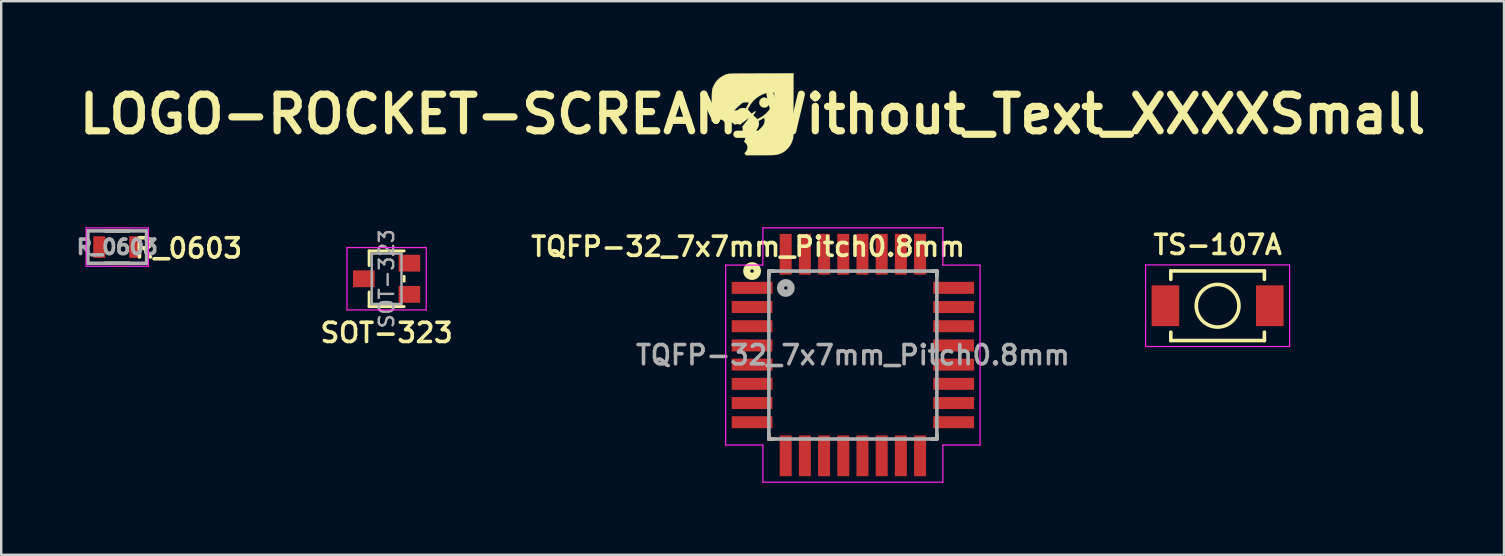
<source format=kicad_pcb>
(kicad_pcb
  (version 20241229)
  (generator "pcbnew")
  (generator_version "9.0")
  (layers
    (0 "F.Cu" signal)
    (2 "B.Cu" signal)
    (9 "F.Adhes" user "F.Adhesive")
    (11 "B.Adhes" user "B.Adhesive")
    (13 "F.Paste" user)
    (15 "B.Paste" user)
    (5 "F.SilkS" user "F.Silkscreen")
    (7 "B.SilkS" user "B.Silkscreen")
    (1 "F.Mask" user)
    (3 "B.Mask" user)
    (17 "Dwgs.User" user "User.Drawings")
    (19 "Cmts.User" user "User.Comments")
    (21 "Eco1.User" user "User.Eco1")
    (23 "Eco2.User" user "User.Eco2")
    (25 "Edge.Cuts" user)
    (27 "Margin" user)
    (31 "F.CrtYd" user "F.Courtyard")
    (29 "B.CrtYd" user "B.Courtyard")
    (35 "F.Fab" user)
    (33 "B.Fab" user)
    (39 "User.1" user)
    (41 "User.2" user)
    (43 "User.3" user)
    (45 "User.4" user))
  (footprint "LOGO-ROCKET-SCREAM_Without_Text_XXXXSmall"
    (layer "F.Cu")
    (at 28.31 1.71)
    (property "Reference" "LOGO-ROCKET-SCREAM_Without_Text_XXXXSmall" (at 0 0 180) (layer "F.SilkS") (effects (font (size 1.524 1.524) (thickness 0.3))))
    (attr through_hole)
    (fp_poly (pts (xy 0.561 -0.683) (xy 0.615 -0.653) (xy 0.661 -0.605) (xy 0.661 -0.604) (xy 0.679 -0.576) (xy 0.689 -0.551) (xy 0.693 -0.519) (xy 0.693 -0.487) (xy 0.692 -0.445) (xy 0.687 -0.416) (xy 0.675 -0.39) (xy 0.661 -0.37) (xy 0.615 -0.321) (xy 0.56 -0.29) (xy 0.5 -0.278) (xy 0.436 -0.286) (xy 0.394 -0.302) (xy 0.341 -0.339) (xy 0.304 -0.388) (xy 0.283 -0.444) (xy 0.28 -0.503) (xy 0.295 -0.562) (xy 0.328 -0.617) (xy 0.335 -0.624) (xy 0.385 -0.666) (xy 0.442 -0.69) (xy 0.502 -0.695) (xy 0.561 -0.683)) (stroke (width 0.01) (type solid)) (fill yes) (layer "F.SilkS"))
    (fp_poly (pts (xy 1.701 -0.368) (xy 1.701 -0.172) (xy 1.701 0.003) (xy 1.7 0.16) (xy 1.7 0.299) (xy 1.699 0.422) (xy 1.699 0.529) (xy 1.698 0.621) (xy 1.697 0.701) (xy 1.696 0.769) (xy 1.695 0.826) (xy 1.694 0.873) (xy 1.693 0.912) (xy 1.691 0.944) (xy 1.69 0.969) (xy 1.688 0.99) (xy 1.685 1.006) (xy 1.683 1.02) (xy 1.68 1.032) (xy 1.677 1.044) (xy 1.676 1.048) (xy 1.628 1.179) (xy 1.565 1.298) (xy 1.486 1.405) (xy 1.394 1.497) (xy 1.289 1.574) (xy 1.173 1.634) (xy 1.047 1.676) (xy 1.011 1.684) (xy 0.989 1.688) (xy 0.966 1.692) (xy 0.94 1.695) (xy 0.91 1.697) (xy 0.872 1.699) (xy 0.827 1.701) (xy 0.77 1.702) (xy 0.702 1.703) (xy 0.619 1.703) (xy 0.521 1.704) (xy 0.404 1.704) (xy 0.317 1.704) (xy -0.282 1.704) (xy -0.336 1.622) (xy -0.299 1.586) (xy -0.255 1.532) (xy -0.226 1.47) (xy -0.213 1.404) (xy -0.215 1.338) (xy -0.231 1.276) (xy -0.262 1.222) (xy -0.308 1.18) (xy -0.31 1.178) (xy -0.355 1.149) (xy -0.33 1.101) (xy -0.317 1.071) (xy -0.31 1.042) (xy -0.308 1.005) (xy -0.309 0.973) (xy -0.312 0.927) (xy -0.319 0.894) (xy -0.331 0.866) (xy -0.342 0.848) (xy -0.366 0.817) (xy -0.391 0.793) (xy -0.401 0.786) (xy -0.42 0.773) (xy -0.422 0.767) (xy 0.142 0.767) (xy 0.147 0.767) (xy 0.165 0.753) (xy 0.193 0.728) (xy 0.23 0.694) (xy 0.274 0.652) (xy 0.285 0.64) (xy 0.343 0.582) (xy 0.388 0.536) (xy 0.421 0.498) (xy 0.445 0.467) (xy 0.462 0.439) (xy 0.466 0.43) (xy 0.495 0.351) (xy 0.505 0.273) (xy 0.498 0.207) (xy 0.49 0.175) (xy 0.484 0.154) (xy 0.482 0.148) (xy 0.472 0.153) (xy 0.448 0.167) (xy 0.414 0.186) (xy 0.398 0.196) (xy 0.356 0.22) (xy 0.317 0.241) (xy 0.286 0.256) (xy 0.28 0.259) (xy 0.257 0.27) (xy 0.249 0.282) (xy 0.253 0.3) (xy 0.254 0.302) (xy 0.262 0.339) (xy 0.264 0.389) (xy 0.261 0.441) (xy 0.252 0.488) (xy 0.248 0.499) (xy 0.231 0.537) (xy 0.208 0.575) (xy 0.202 0.582) (xy 0.175 0.63) (xy 0.161 0.683) (xy 0.154 0.721) (xy 0.147 0.752) (xy 0.142 0.767) (xy -0.422 0.767) (xy -0.425 0.761) (xy -0.419 0.739) (xy -0.417 0.731) (xy -0.405 0.675) (xy -0.405 0.613) (xy -0.417 0.56) (xy -0.423 0.538) (xy -0.423 0.522) (xy -0.414 0.503) (xy -0.394 0.477) (xy -0.388 0.47) (xy -0.35 0.421) (xy -0.309 0.37) (xy -0.269 0.318) (xy -0.232 0.269) (xy -0.2 0.225) (xy -0.174 0.19) (xy -0.156 0.165) (xy -0.15 0.154) (xy -0.15 0.153) (xy -0.159 0.158) (xy -0.182 0.174) (xy -0.216 0.198) (xy -0.258 0.229) (xy -0.305 0.264) (xy -0.353 0.301) (xy -0.401 0.338) (xy -0.445 0.372) (xy -0.461 0.385) (xy -0.518 0.432) (xy -0.569 0.416) (xy -0.615 0.408) (xy -0.665 0.407) (xy -0.712 0.413) (xy -0.741 0.424) (xy -0.756 0.426) (xy -0.772 0.414) (xy -0.792 0.392) (xy -0.841 0.348) (xy -0.9 0.319) (xy -0.967 0.307) (xy -1.036 0.312) (xy -1.095 0.332) (xy -1.148 0.356) (xy -1.176 0.312) (xy -1.216 0.267) (xy -1.27 0.234) (xy -1.333 0.215) (xy -1.376 0.212) (xy -1.435 0.22) (xy -1.498 0.242) (xy -1.555 0.275) (xy -1.591 0.305) (xy -1.621 0.336) (xy -1.705 0.281) (xy -1.702 -0.147) (xy -0.773 -0.147) (xy -0.764 -0.144) (xy -0.742 -0.148) (xy -0.738 -0.149) (xy -0.701 -0.156) (xy -0.668 -0.159) (xy -0.627 -0.169) (xy -0.594 -0.189) (xy -0.577 -0.201) (xy -0.195 -0.201) (xy -0.187 -0.178) (xy -0.166 -0.151) (xy -0.132 -0.116) (xy -0.121 -0.106) (xy -0.04 -0.023) (xy 0.033 -0.075) (xy 0.079 -0.106) (xy 0.11 -0.123) (xy 0.125 -0.126) (xy 0.126 -0.113) (xy 0.112 -0.085) (xy 0.084 -0.042) (xy 0.079 -0.035) (xy 0.057 -0.002) (xy 0.04 0.024) (xy 0.032 0.039) (xy 0.032 0.04) (xy 0.039 0.052) (xy 0.058 0.074) (xy 0.086 0.102) (xy 0.117 0.132) (xy 0.148 0.161) (xy 0.175 0.184) (xy 0.194 0.199) (xy 0.199 0.201) (xy 0.215 0.196) (xy 0.244 0.184) (xy 0.281 0.166) (xy 0.299 0.157) (xy 0.431 0.076) (xy 0.551 -0.02) (xy 0.656 -0.131) (xy 0.746 -0.254) (xy 0.819 -0.389) (xy 0.873 -0.533) (xy 0.874 -0.537) (xy 0.887 -0.582) (xy 0.895 -0.623) (xy 0.9 -0.667) (xy 0.903 -0.72) (xy 0.904 -0.767) (xy 0.905 -0.905) (xy 0.778 -0.904) (xy 0.706 -0.902) (xy 0.647 -0.897) (xy 0.592 -0.887) (xy 0.561 -0.88) (xy 0.423 -0.832) (xy 0.291 -0.766) (xy 0.168 -0.682) (xy 0.055 -0.583) (xy -0.045 -0.47) (xy -0.13 -0.344) (xy -0.151 -0.307) (xy -0.176 -0.26) (xy -0.191 -0.227) (xy -0.195 -0.201) (xy -0.577 -0.201) (xy -0.546 -0.224) (xy -0.504 -0.245) (xy -0.459 -0.256) (xy -0.404 -0.259) (xy -0.402 -0.259) (xy -0.359 -0.258) (xy -0.321 -0.255) (xy -0.296 -0.252) (xy -0.295 -0.251) (xy -0.274 -0.249) (xy -0.263 -0.259) (xy -0.261 -0.267) (xy -0.253 -0.286) (xy -0.237 -0.318) (xy -0.216 -0.358) (xy -0.201 -0.385) (xy -0.179 -0.424) (xy -0.162 -0.456) (xy -0.152 -0.477) (xy -0.151 -0.483) (xy -0.163 -0.487) (xy -0.189 -0.493) (xy -0.216 -0.498) (xy -0.291 -0.502) (xy -0.37 -0.489) (xy -0.439 -0.463) (xy -0.457 -0.451) (xy -0.485 -0.428) (xy -0.522 -0.396) (xy -0.563 -0.358) (xy -0.608 -0.316) (xy -0.652 -0.274) (xy -0.693 -0.234) (xy -0.728 -0.198) (xy -0.755 -0.17) (xy -0.77 -0.152) (xy -0.773 -0.147) (xy -1.702 -0.147) (xy -1.701 -0.338) (xy -1.7 -0.476) (xy -1.699 -0.594) (xy -1.698 -0.695) (xy -1.697 -0.781) (xy -1.694 -0.853) (xy -1.691 -0.913) (xy -1.687 -0.964) (xy -1.682 -1.006) (xy -1.675 -1.043) (xy -1.667 -1.075) (xy -1.657 -1.105) (xy -1.645 -1.135) (xy -1.63 -1.166) (xy -1.614 -1.201) (xy -1.608 -1.212) (xy -1.543 -1.327) (xy -1.466 -1.425) (xy -1.374 -1.509) (xy -1.267 -1.579) (xy -1.212 -1.608) (xy -1.186 -1.621) (xy -1.163 -1.633) (xy -1.143 -1.643) (xy -1.122 -1.652) (xy -1.101 -1.66) (xy -1.078 -1.667) (xy -1.053 -1.673) (xy -1.023 -1.678) (xy -0.988 -1.683) (xy -0.946 -1.687) (xy -0.897 -1.69) (xy -0.839 -1.692) (xy -0.771 -1.695) (xy -0.691 -1.696) (xy -0.599 -1.697) (xy -0.494 -1.698) (xy -0.374 -1.699) (xy -0.238 -1.7) (xy -0.085 -1.7) (xy 0.086 -1.7) (xy 0.276 -1.701) (xy 0.373 -1.701) (xy 1.705 -1.705) (xy 1.701 -0.368)) (stroke (width 0.01) (type solid)) (fill yes) (layer "F.SilkS")))
  (footprint "TQFP-32_7x7mm_Pitch0.8mm"
    (layer "F.Cu")
    (at 32.489 11.744)
    (property "Reference" "TQFP-32_7x7mm_Pitch0.8mm" (at -4.368 -4.517 0) (layer "F.SilkS") (effects (font (size 0.8 0.8) (thickness 0.15))))
    (attr smd)
    (fp_line (start -3.5 -3.5) (end -3.5 -3.3) (stroke (width 0.15) (type solid)) (layer "F.SilkS"))
    (fp_line (start -3.5 -3.5) (end -3.3 -3.5) (stroke (width 0.15) (type solid)) (layer "F.SilkS"))
    (fp_line (start -3.5 3.5) (end -3.5 3.3) (stroke (width 0.15) (type solid)) (layer "F.SilkS"))
    (fp_line (start -3.5 3.5) (end -3.3 3.5) (stroke (width 0.15) (type solid)) (layer "F.SilkS"))
    (fp_line (start 3.5 -3.5) (end 3.3 -3.5) (stroke (width 0.15) (type solid)) (layer "F.SilkS"))
    (fp_line (start 3.5 -3.5) (end 3.5 -3.3) (stroke (width 0.15) (type solid)) (layer "F.SilkS"))
    (fp_line (start 3.5 3.5) (end 3.3 3.5) (stroke (width 0.15) (type solid)) (layer "F.SilkS"))
    (fp_line (start 3.5 3.5) (end 3.5 3.3) (stroke (width 0.15) (type solid)) (layer "F.SilkS"))
    (fp_circle (center -4.2 -3.5) (end -4.25 -3.55) (stroke (width 0.3) (type solid)) (fill no) (layer "F.SilkS"))
    (fp_line (start -5.3 -3.75) (end -5.3 3.75) (stroke (width 0.05) (type solid)) (layer "F.CrtYd"))
    (fp_line (start -5.3 -3.75) (end -3.75 -3.75) (stroke (width 0.05) (type solid)) (layer "F.CrtYd"))
    (fp_line (start -5.3 3.75) (end -3.75 3.75) (stroke (width 0.05) (type solid)) (layer "F.CrtYd"))
    (fp_line (start -3.75 -5.3) (end -3.75 -3.75) (stroke (width 0.05) (type solid)) (layer "F.CrtYd"))
    (fp_line (start -3.75 -5.3) (end 3.75 -5.3) (stroke (width 0.05) (type solid)) (layer "F.CrtYd"))
    (fp_line (start -3.75 5.3) (end -3.75 3.75) (stroke (width 0.05) (type solid)) (layer "F.CrtYd"))
    (fp_line (start -3.75 5.3) (end 3.75 5.3) (stroke (width 0.05) (type solid)) (layer "F.CrtYd"))
    (fp_line (start 3.75 -5.3) (end 3.75 -3.75) (stroke (width 0.05) (type solid)) (layer "F.CrtYd"))
    (fp_line (start 3.75 5.3) (end 3.75 3.75) (stroke (width 0.05) (type solid)) (layer "F.CrtYd"))
    (fp_line (start 5.3 -3.75) (end 3.75 -3.75) (stroke (width 0.05) (type solid)) (layer "F.CrtYd"))
    (fp_line (start 5.3 -3.75) (end 5.3 3.75) (stroke (width 0.05) (type solid)) (layer "F.CrtYd"))
    (fp_line (start 5.3 3.75) (end 3.75 3.75) (stroke (width 0.05) (type solid)) (layer "F.CrtYd"))
    (fp_line (start -3.5 -3.5) (end 3.5 -3.5) (stroke (width 0.15) (type solid)) (layer "F.Fab"))
    (fp_line (start -3.5 3.5) (end -3.5 -3.5) (stroke (width 0.15) (type solid)) (layer "F.Fab"))
    (fp_line (start 3.5 -3.5) (end 3.5 3.5) (stroke (width 0.15) (type solid)) (layer "F.Fab"))
    (fp_line (start 3.5 3.5) (end -3.5 3.5) (stroke (width 0.15) (type solid)) (layer "F.Fab"))
    (fp_circle (center -2.794 -2.794) (end -2.844 -2.844) (stroke (width 0.3) (type solid)) (fill no) (layer "F.Fab"))
    (fp_text user "${REFERENCE}" (at 0 0 0) (layer "F.Fab") (effects (font (size 0.8 0.8) (thickness 0.15))))
    (pad "1" smd rect (at -4.2 -2.8) (size 1.7 0.5) (layers "F.Cu" "F.Mask" "F.Paste"))
    (pad "2" smd rect (at -4.2 -2) (size 1.7 0.5) (layers "F.Cu" "F.Mask" "F.Paste"))
    (pad "3" smd rect (at -4.2 -1.2) (size 1.7 0.5) (layers "F.Cu" "F.Mask" "F.Paste"))
    (pad "4" smd rect (at -4.2 -0.4) (size 1.7 0.5) (layers "F.Cu" "F.Mask" "F.Paste"))
    (pad "5" smd rect (at -4.2 0.4) (size 1.7 0.5) (layers "F.Cu" "F.Mask" "F.Paste"))
    (pad "6" smd rect (at -4.2 1.2) (size 1.7 0.5) (layers "F.Cu" "F.Mask" "F.Paste"))
    (pad "7" smd rect (at -4.2 2) (size 1.7 0.5) (layers "F.Cu" "F.Mask" "F.Paste"))
    (pad "8" smd rect (at -4.2 2.8) (size 1.7 0.5) (layers "F.Cu" "F.Mask" "F.Paste"))
    (pad "9" smd rect (at -2.8 4.2 90) (size 1.7 0.5) (layers "F.Cu" "F.Mask" "F.Paste"))
    (pad "10" smd rect (at -2 4.2 90) (size 1.7 0.5) (layers "F.Cu" "F.Mask" "F.Paste"))
    (pad "11" smd rect (at -1.2 4.2 90) (size 1.7 0.5) (layers "F.Cu" "F.Mask" "F.Paste"))
    (pad "12" smd rect (at -0.4 4.2 90) (size 1.7 0.5) (layers "F.Cu" "F.Mask" "F.Paste"))
    (pad "13" smd rect (at 0.4 4.2 90) (size 1.7 0.5) (layers "F.Cu" "F.Mask" "F.Paste"))
    (pad "14" smd rect (at 1.2 4.2 90) (size 1.7 0.5) (layers "F.Cu" "F.Mask" "F.Paste"))
    (pad "15" smd rect (at 2 4.2 90) (size 1.7 0.5) (layers "F.Cu" "F.Mask" "F.Paste"))
    (pad "16" smd rect (at 2.8 4.2 90) (size 1.7 0.5) (layers "F.Cu" "F.Mask" "F.Paste"))
    (pad "17" smd rect (at 4.2 2.8) (size 1.7 0.5) (layers "F.Cu" "F.Mask" "F.Paste"))
    (pad "18" smd rect (at 4.2 2) (size 1.7 0.5) (layers "F.Cu" "F.Mask" "F.Paste"))
    (pad "19" smd rect (at 4.2 1.2) (size 1.7 0.5) (layers "F.Cu" "F.Mask" "F.Paste"))
    (pad "20" smd rect (at 4.2 0.4) (size 1.7 0.5) (layers "F.Cu" "F.Mask" "F.Paste"))
    (pad "21" smd rect (at 4.2 -0.4) (size 1.7 0.5) (layers "F.Cu" "F.Mask" "F.Paste"))
    (pad "22" smd rect (at 4.2 -1.2) (size 1.7 0.5) (layers "F.Cu" "F.Mask" "F.Paste"))
    (pad "23" smd rect (at 4.2 -2) (size 1.7 0.5) (layers "F.Cu" "F.Mask" "F.Paste"))
    (pad "24" smd rect (at 4.2 -2.8) (size 1.7 0.5) (layers "F.Cu" "F.Mask" "F.Paste"))
    (pad "25" smd rect (at 2.8 -4.2 90) (size 1.7 0.5) (layers "F.Cu" "F.Mask" "F.Paste"))
    (pad "26" smd rect (at 2 -4.2 90) (size 1.7 0.5) (layers "F.Cu" "F.Mask" "F.Paste"))
    (pad "27" smd rect (at 1.2 -4.2 90) (size 1.7 0.5) (layers "F.Cu" "F.Mask" "F.Paste"))
    (pad "28" smd rect (at 0.4 -4.2 90) (size 1.7 0.5) (layers "F.Cu" "F.Mask" "F.Paste"))
    (pad "29" smd rect (at -0.4 -4.2 90) (size 1.7 0.5) (layers "F.Cu" "F.Mask" "F.Paste"))
    (pad "30" smd rect (at -1.2 -4.2 90) (size 1.7 0.5) (layers "F.Cu" "F.Mask" "F.Paste"))
    (pad "31" smd rect (at -2 -4.2 90) (size 1.7 0.5) (layers "F.Cu" "F.Mask" "F.Paste"))
    (pad "32" smd rect (at -2.8 -4.2 90) (size 1.7 0.5) (layers "F.Cu" "F.Mask" "F.Paste")))
  (footprint "SOT-323"
    (layer "F.Cu")
    (at 13.06 8.566)
    (property "Reference" "SOT-323" (at 0 2.25 180) (layer "F.SilkS") (effects (font (size 0.8 0.8) (thickness 0.15))))
    (attr smd)
    (fp_line (start -0.73 -1.16) (end -0.73 -0.55) (stroke (width 0.12) (type solid)) (layer "F.SilkS"))
    (fp_line (start -0.73 -1.16) (end 0.73 -1.16) (stroke (width 0.12) (type solid)) (layer "F.SilkS"))
    (fp_line (start -0.73 1.16) (end -0.73 0.55) (stroke (width 0.12) (type solid)) (layer "F.SilkS"))
    (fp_line (start -0.73 1.16) (end 0.73 1.16) (stroke (width 0.12) (type solid)) (layer "F.SilkS"))
    (fp_line (start 0.73 -0.1) (end 0.73 0.1) (stroke (width 0.12) (type solid)) (layer "F.SilkS"))
    (fp_line (start -1.65 -1.3) (end -1.65 1.3) (stroke (width 0.05) (type solid)) (layer "F.CrtYd"))
    (fp_line (start -1.65 -1.3) (end 1.65 -1.3) (stroke (width 0.05) (type solid)) (layer "F.CrtYd"))
    (fp_line (start -1.65 1.3) (end 1.65 1.3) (stroke (width 0.05) (type solid)) (layer "F.CrtYd"))
    (fp_line (start 1.65 -1.3) (end 1.65 1.3) (stroke (width 0.05) (type solid)) (layer "F.CrtYd"))
    (fp_line (start -0.62 -1.05) (end -0.62 1.05) (stroke (width 0.1) (type solid)) (layer "F.Fab"))
    (fp_line (start -0.62 -1.05) (end 0.62 -1.05) (stroke (width 0.1) (type solid)) (layer "F.Fab"))
    (fp_line (start -0.62 1.05) (end 0.62 1.05) (stroke (width 0.1) (type solid)) (layer "F.Fab"))
    (fp_line (start 0.62 -1.05) (end 0.62 1.05) (stroke (width 0.1) (type solid)) (layer "F.Fab"))
    (fp_text user "${REFERENCE}" (at 0 0 270) (layer "F.Fab") (effects (font (size 0.6 0.6) (thickness 0.1))))
    (pad "1" smd rect (at 0.95 0.65) (size 0.9 0.7) (layers "F.Cu" "F.Mask" "F.Paste"))
    (pad "2" smd rect (at 0.95 -0.65) (size 0.9 0.7) (layers "F.Cu" "F.Mask" "F.Paste"))
    (pad "3" smd rect (at -0.95 0) (size 0.9 0.7) (layers "F.Cu" "F.Mask" "F.Paste")))
  (footprint "R_0603"
    (layer "F.Cu")
    (at 1.836 7.244)
    (property "Reference" "R_0603" (at 2.962 0.05 180) (layer "F.SilkS") (effects (font (size 0.8 0.8) (thickness 0.15))))
    (attr smd)
    (fp_line (start -0.5 -0.675) (end 0.5 -0.675) (stroke (width 0.15) (type solid)) (layer "F.SilkS"))
    (fp_line (start 0.5 0.675) (end -0.5 0.675) (stroke (width 0.15) (type solid)) (layer "F.SilkS"))
    (fp_line (start -1.3 -0.8) (end -1.3 0.8) (stroke (width 0.05) (type solid)) (layer "F.CrtYd"))
    (fp_line (start -1.3 -0.8) (end 1.3 -0.8) (stroke (width 0.05) (type solid)) (layer "F.CrtYd"))
    (fp_line (start -1.3 0.8) (end 1.3 0.8) (stroke (width 0.05) (type solid)) (layer "F.CrtYd"))
    (fp_line (start 1.3 -0.8) (end 1.3 0.8) (stroke (width 0.05) (type solid)) (layer "F.CrtYd"))
    (fp_line (start -1.225 -0.675) (end -1.225 0.675) (stroke (width 0.15) (type solid)) (layer "F.Fab"))
    (fp_line (start -1.225 -0.675) (end 1.225 -0.675) (stroke (width 0.15) (type solid)) (layer "F.Fab"))
    (fp_line (start -1.225 0.675) (end 1.225 0.675) (stroke (width 0.15) (type solid)) (layer "F.Fab"))
    (fp_line (start 1.225 -0.675) (end 1.225 0.675) (stroke (width 0.15) (type solid)) (layer "F.Fab"))
    (fp_text user "${REFERENCE}" (at 0 0 180) (layer "F.Fab") (effects (font (size 0.6 0.6) (thickness 0.15))))
    (pad "1" smd rect (at -0.75 0) (size 0.5 0.9) (layers "F.Cu" "F.Mask" "F.Paste"))
    (pad "2" smd rect (at 0.75 0) (size 0.5 0.9) (layers "F.Cu" "F.Mask" "F.Paste")))
  (footprint "TS-107A"
    (layer "F.Cu")
    (at 47.687 9.69)
    (property "Reference" "TS-107A" (at 0 -2.54 0) (layer "F.SilkS") (effects (font (size 0.8 0.8) (thickness 0.15))))
    (attr smd)
    (fp_line (start -1.95 -1.45) (end 1.95 -1.45) (stroke (width 0.15) (type solid)) (layer "F.SilkS"))
    (fp_line (start -1.95 -1.1) (end -1.95 -1.45) (stroke (width 0.15) (type solid)) (layer "F.SilkS"))
    (fp_line (start -1.95 1.1) (end -1.95 1.45) (stroke (width 0.15) (type solid)) (layer "F.SilkS"))
    (fp_line (start -1.95 1.45) (end 1.95 1.45) (stroke (width 0.15) (type solid)) (layer "F.SilkS"))
    (fp_line (start 1.95 -1.45) (end 1.95 -1.1) (stroke (width 0.15) (type solid)) (layer "F.SilkS"))
    (fp_line (start 1.95 1.45) (end 1.95 1.1) (stroke (width 0.15) (type solid)) (layer "F.SilkS"))
    (fp_circle (center 0 0) (end -0.889 0) (stroke (width 0.15) (type solid)) (fill no) (layer "F.SilkS"))
    (fp_line (start -3 -1.7) (end 3 -1.7) (stroke (width 0.05) (type solid)) (layer "F.CrtYd"))
    (fp_line (start -3 1.7) (end -3 -1.7) (stroke (width 0.05) (type solid)) (layer "F.CrtYd"))
    (fp_line (start 3 -1.7) (end 3 1.7) (stroke (width 0.05) (type solid)) (layer "F.CrtYd"))
    (fp_line (start 3 1.7) (end -3 1.7) (stroke (width 0.05) (type solid)) (layer "F.CrtYd"))
    (pad "1" smd rect (at -2.175 0) (size 1.15 1.7) (layers "F.Cu" "F.Mask" "F.Paste"))
    (pad "2" smd rect (at 2.175 0) (size 1.15 1.7) (layers "F.Cu" "F.Mask" "F.Paste")))
  (gr_rect
    (start -3 -3)
    (end 59.62 20.069)
    (stroke (width 0.1) (type default))
    (fill no)
    (layer "Edge.Cuts")))
</source>
